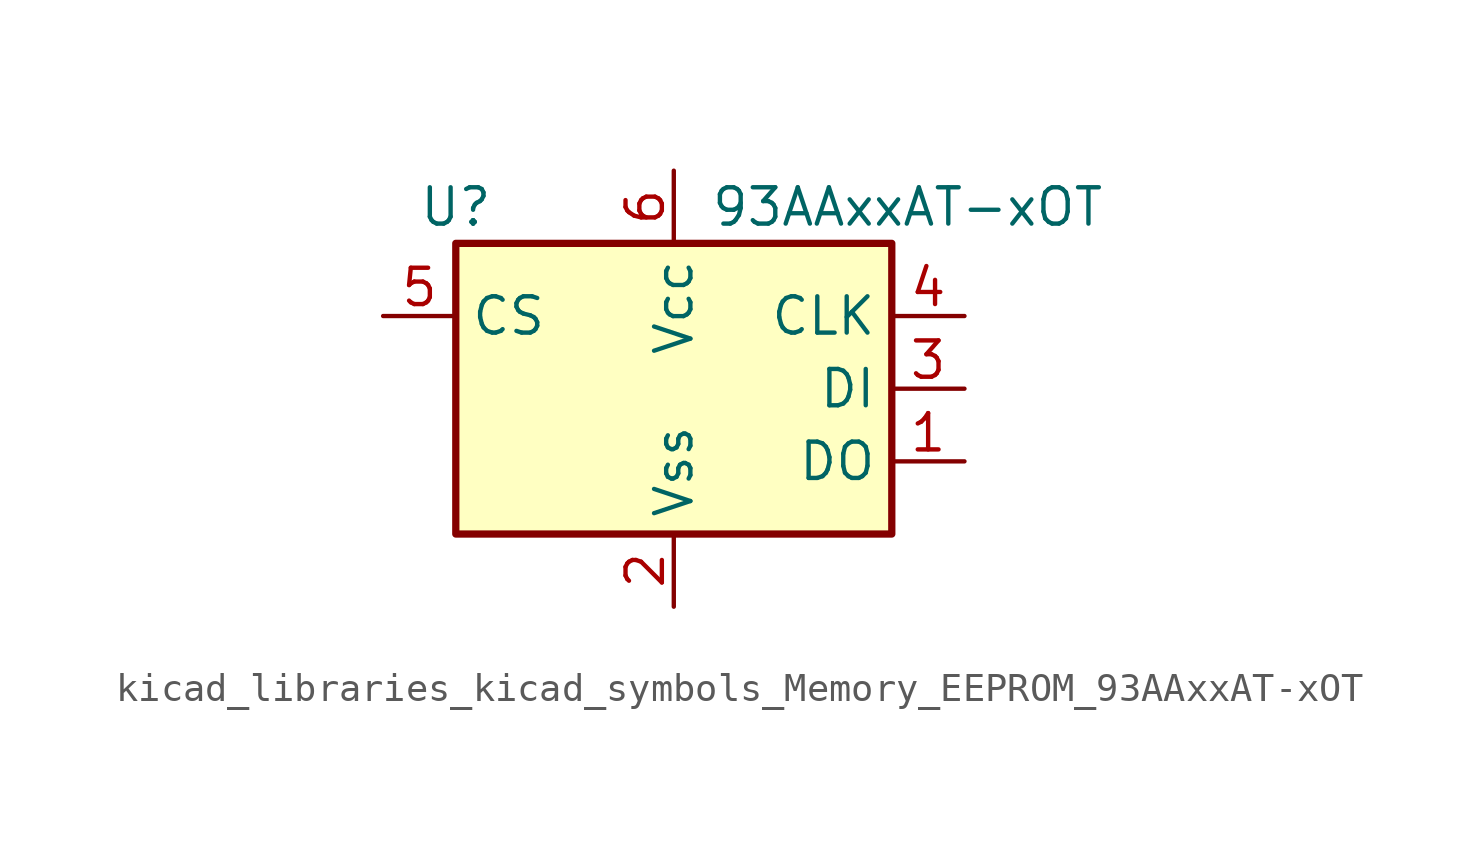
<source format=kicad_sym>
(kicad_symbol_lib
  (version 20220914)
  (generator kicad_symbol_editor)
  (symbol "kicad_libraries_kicad_symbols_Memory_EEPROM_93AAxxAT-xOT"
    (property "Reference" "U"
      (at -7.62 6.35 0)
      (effects (font (size 1.27 1.27))))
    (property "Value" "93AAxxAT-xOT"
      (at 1.27 6.35 0)
      (effects (font (size 1.27 1.27)) (justify left)))
    (symbol "kicad_libraries_kicad_symbols_Memory_EEPROM_93AAxxAT-xOT_1_1"
      (rectangle (start -7.62 5.08) (end 7.62 -5.08) (stroke (width 0.254) (type default)) (fill (type background)))
      (pin tri_state line (at 10.16 -2.54 180) (length 2.54) (name "DO" (effects (font (size 1.27 1.27)))) (number "1" (effects (font (size 1.27 1.27)))))
      (pin power_in line (at 0 -7.62 90) (length 2.54) (name "Vss" (effects (font (size 1.27 1.27)))) (number "2" (effects (font (size 1.27 1.27)))))
      (pin input line (at 10.16 0 180) (length 2.54) (name "DI" (effects (font (size 1.27 1.27)))) (number "3" (effects (font (size 1.27 1.27)))))
      (pin input line (at 10.16 2.54 180) (length 2.54) (name "CLK" (effects (font (size 1.27 1.27)))) (number "4" (effects (font (size 1.27 1.27)))))
      (pin input line (at -10.16 2.54 0) (length 2.54) (name "CS" (effects (font (size 1.27 1.27)))) (number "5" (effects (font (size 1.27 1.27)))))
      (pin power_in line (at 0 7.62 270) (length 2.54) (name "Vcc" (effects (font (size 1.27 1.27)))) (number "6" (effects (font (size 1.27 1.27))))))))
</source>
